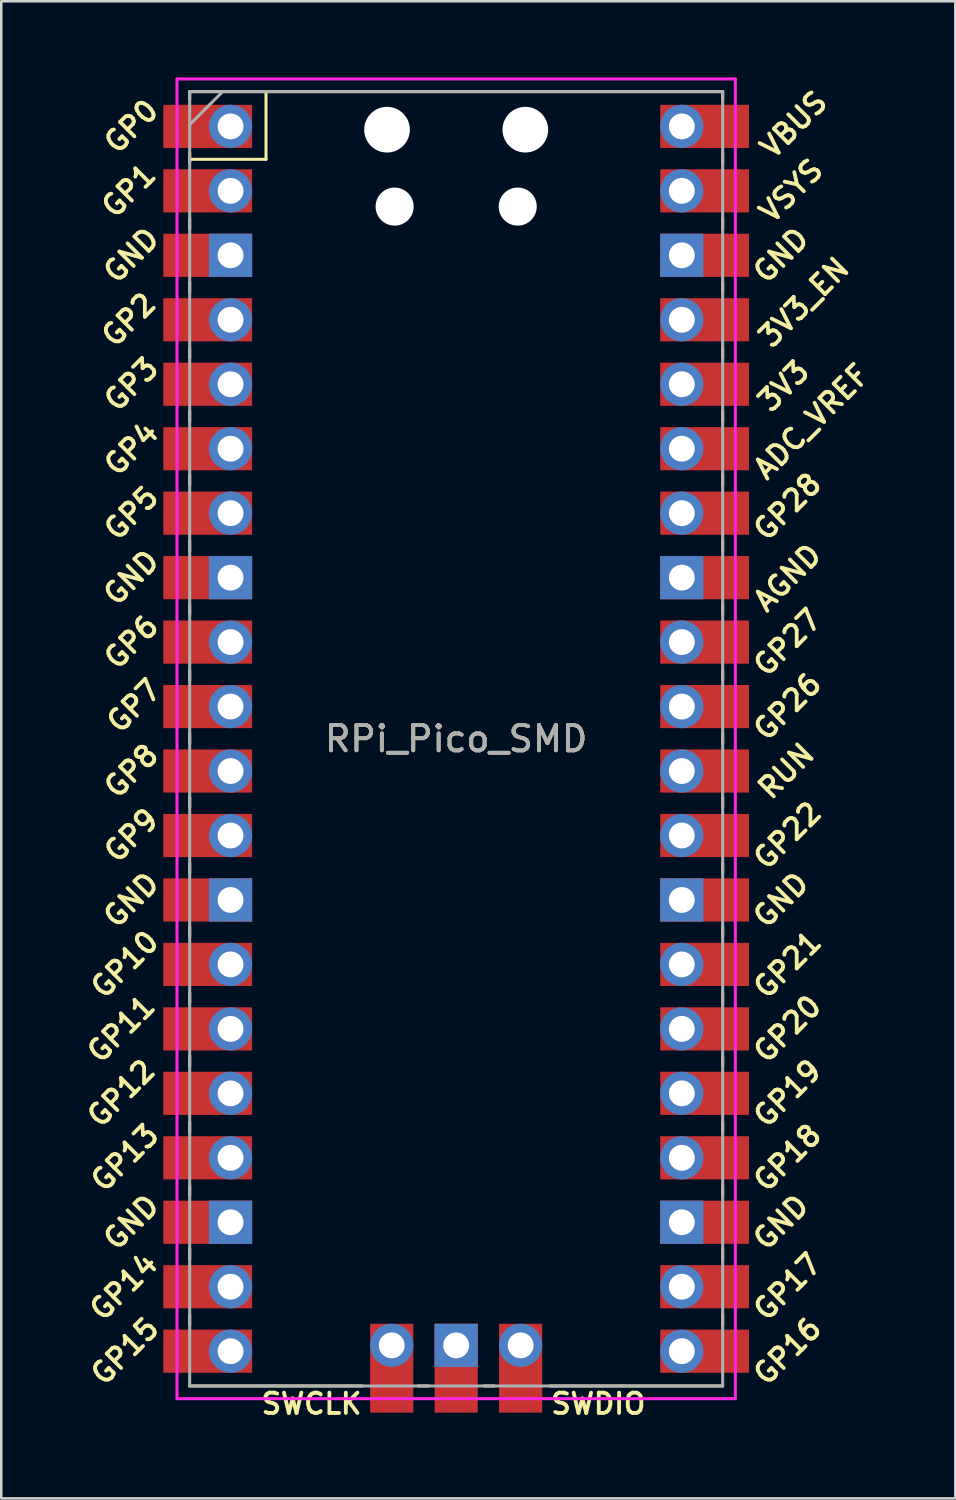
<source format=kicad_pcb>
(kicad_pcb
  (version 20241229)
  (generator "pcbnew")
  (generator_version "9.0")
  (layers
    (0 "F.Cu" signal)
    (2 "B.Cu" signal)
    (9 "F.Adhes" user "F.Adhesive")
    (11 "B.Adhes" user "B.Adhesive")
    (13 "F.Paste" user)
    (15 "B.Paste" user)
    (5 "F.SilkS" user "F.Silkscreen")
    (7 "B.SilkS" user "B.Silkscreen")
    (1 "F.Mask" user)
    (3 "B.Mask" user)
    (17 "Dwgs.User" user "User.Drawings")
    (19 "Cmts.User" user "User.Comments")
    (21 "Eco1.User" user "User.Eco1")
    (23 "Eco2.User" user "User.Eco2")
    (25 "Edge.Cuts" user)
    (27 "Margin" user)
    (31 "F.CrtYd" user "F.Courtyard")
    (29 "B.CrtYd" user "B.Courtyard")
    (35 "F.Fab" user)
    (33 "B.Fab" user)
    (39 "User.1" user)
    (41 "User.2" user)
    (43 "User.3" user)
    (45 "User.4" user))
  (footprint "RPi_Pico_SMD"
    (layer "F.Cu")
    (at 14.924 26.06)
    (property "Reference" "RPi_Pico_SMD" (at 0 0 0) (layer "F.SilkS") (effects (font (size 1 1) (thickness 0.15))))
    (attr through_hole)
    (fp_line (start -10.5 -25.5) (end -10.5 -25.2) (stroke (width 0.12) (type solid)) (layer "F.SilkS"))
    (fp_line (start -10.5 -25.5) (end 10.5 -25.5) (stroke (width 0.12) (type solid)) (layer "F.SilkS"))
    (fp_line (start -10.5 -23.1) (end -10.5 -22.7) (stroke (width 0.12) (type solid)) (layer "F.SilkS"))
    (fp_line (start -10.5 -22.833) (end -7.493 -22.833) (stroke (width 0.12) (type solid)) (layer "F.SilkS"))
    (fp_line (start -10.5 -20.5) (end -10.5 -20.1) (stroke (width 0.12) (type solid)) (layer "F.SilkS"))
    (fp_line (start -10.5 -18) (end -10.5 -17.6) (stroke (width 0.12) (type solid)) (layer "F.SilkS"))
    (fp_line (start -10.5 -15.4) (end -10.5 -15) (stroke (width 0.12) (type solid)) (layer "F.SilkS"))
    (fp_line (start -10.5 -12.9) (end -10.5 -12.5) (stroke (width 0.12) (type solid)) (layer "F.SilkS"))
    (fp_line (start -10.5 -10.4) (end -10.5 -10) (stroke (width 0.12) (type solid)) (layer "F.SilkS"))
    (fp_line (start -10.5 -7.8) (end -10.5 -7.4) (stroke (width 0.12) (type solid)) (layer "F.SilkS"))
    (fp_line (start -10.5 -5.3) (end -10.5 -4.9) (stroke (width 0.12) (type solid)) (layer "F.SilkS"))
    (fp_line (start -10.5 -2.7) (end -10.5 -2.3) (stroke (width 0.12) (type solid)) (layer "F.SilkS"))
    (fp_line (start -10.5 -0.2) (end -10.5 0.2) (stroke (width 0.12) (type solid)) (layer "F.SilkS"))
    (fp_line (start -10.5 2.3) (end -10.5 2.7) (stroke (width 0.12) (type solid)) (layer "F.SilkS"))
    (fp_line (start -10.5 4.9) (end -10.5 5.3) (stroke (width 0.12) (type solid)) (layer "F.SilkS"))
    (fp_line (start -10.5 7.4) (end -10.5 7.8) (stroke (width 0.12) (type solid)) (layer "F.SilkS"))
    (fp_line (start -10.5 10) (end -10.5 10.4) (stroke (width 0.12) (type solid)) (layer "F.SilkS"))
    (fp_line (start -10.5 12.5) (end -10.5 12.9) (stroke (width 0.12) (type solid)) (layer "F.SilkS"))
    (fp_line (start -10.5 15.1) (end -10.5 15.5) (stroke (width 0.12) (type solid)) (layer "F.SilkS"))
    (fp_line (start -10.5 17.6) (end -10.5 18) (stroke (width 0.12) (type solid)) (layer "F.SilkS"))
    (fp_line (start -10.5 20.1) (end -10.5 20.5) (stroke (width 0.12) (type solid)) (layer "F.SilkS"))
    (fp_line (start -10.5 22.7) (end -10.5 23.1) (stroke (width 0.12) (type solid)) (layer "F.SilkS"))
    (fp_line (start -7.493 -22.833) (end -7.493 -25.5) (stroke (width 0.12) (type solid)) (layer "F.SilkS"))
    (fp_line (start -3.7 25.5) (end -10.5 25.5) (stroke (width 0.12) (type solid)) (layer "F.SilkS"))
    (fp_line (start -1.5 25.5) (end -1.1 25.5) (stroke (width 0.12) (type solid)) (layer "F.SilkS"))
    (fp_line (start 1.1 25.5) (end 1.5 25.5) (stroke (width 0.12) (type solid)) (layer "F.SilkS"))
    (fp_line (start 10.5 -25.5) (end 10.5 -25.2) (stroke (width 0.12) (type solid)) (layer "F.SilkS"))
    (fp_line (start 10.5 -23.1) (end 10.5 -22.7) (stroke (width 0.12) (type solid)) (layer "F.SilkS"))
    (fp_line (start 10.5 -20.5) (end 10.5 -20.1) (stroke (width 0.12) (type solid)) (layer "F.SilkS"))
    (fp_line (start 10.5 -18) (end 10.5 -17.6) (stroke (width 0.12) (type solid)) (layer "F.SilkS"))
    (fp_line (start 10.5 -15.4) (end 10.5 -15) (stroke (width 0.12) (type solid)) (layer "F.SilkS"))
    (fp_line (start 10.5 -12.9) (end 10.5 -12.5) (stroke (width 0.12) (type solid)) (layer "F.SilkS"))
    (fp_line (start 10.5 -10.4) (end 10.5 -10) (stroke (width 0.12) (type solid)) (layer "F.SilkS"))
    (fp_line (start 10.5 -7.8) (end 10.5 -7.4) (stroke (width 0.12) (type solid)) (layer "F.SilkS"))
    (fp_line (start 10.5 -5.3) (end 10.5 -4.9) (stroke (width 0.12) (type solid)) (layer "F.SilkS"))
    (fp_line (start 10.5 -2.7) (end 10.5 -2.3) (stroke (width 0.12) (type solid)) (layer "F.SilkS"))
    (fp_line (start 10.5 -0.2) (end 10.5 0.2) (stroke (width 0.12) (type solid)) (layer "F.SilkS"))
    (fp_line (start 10.5 2.3) (end 10.5 2.7) (stroke (width 0.12) (type solid)) (layer "F.SilkS"))
    (fp_line (start 10.5 4.9) (end 10.5 5.3) (stroke (width 0.12) (type solid)) (layer "F.SilkS"))
    (fp_line (start 10.5 7.4) (end 10.5 7.8) (stroke (width 0.12) (type solid)) (layer "F.SilkS"))
    (fp_line (start 10.5 10) (end 10.5 10.4) (stroke (width 0.12) (type solid)) (layer "F.SilkS"))
    (fp_line (start 10.5 12.5) (end 10.5 12.9) (stroke (width 0.12) (type solid)) (layer "F.SilkS"))
    (fp_line (start 10.5 15.1) (end 10.5 15.5) (stroke (width 0.12) (type solid)) (layer "F.SilkS"))
    (fp_line (start 10.5 17.6) (end 10.5 18) (stroke (width 0.12) (type solid)) (layer "F.SilkS"))
    (fp_line (start 10.5 20.1) (end 10.5 20.5) (stroke (width 0.12) (type solid)) (layer "F.SilkS"))
    (fp_line (start 10.5 22.7) (end 10.5 23.1) (stroke (width 0.12) (type solid)) (layer "F.SilkS"))
    (fp_line (start 10.5 25.5) (end 3.7 25.5) (stroke (width 0.12) (type solid)) (layer "F.SilkS"))
    (fp_line (start -11 -26) (end 11 -26) (stroke (width 0.12) (type solid)) (layer "F.CrtYd"))
    (fp_line (start -11 26) (end -11 -26) (stroke (width 0.12) (type solid)) (layer "F.CrtYd"))
    (fp_line (start 11 -26) (end 11 26) (stroke (width 0.12) (type solid)) (layer "F.CrtYd"))
    (fp_line (start 11 26) (end -11 26) (stroke (width 0.12) (type solid)) (layer "F.CrtYd"))
    (fp_line (start -10.5 -25.5) (end 10.5 -25.5) (stroke (width 0.12) (type solid)) (layer "F.Fab"))
    (fp_line (start -10.5 -24.2) (end -9.2 -25.5) (stroke (width 0.12) (type solid)) (layer "F.Fab"))
    (fp_line (start -10.5 25.5) (end -10.5 -25.5) (stroke (width 0.12) (type solid)) (layer "F.Fab"))
    (fp_line (start 10.5 -25.5) (end 10.5 25.5) (stroke (width 0.12) (type solid)) (layer "F.Fab"))
    (fp_line (start 10.5 25.5) (end -10.5 25.5) (stroke (width 0.12) (type solid)) (layer "F.Fab"))
    (fp_text user "GND" (at 12.8 19.05 45) (layer "F.SilkS") (effects (font (size 0.8 0.8) (thickness 0.15))))
    (fp_text user "GP7" (at -12.7 -1.3 45) (layer "F.SilkS") (effects (font (size 0.8 0.8) (thickness 0.15))))
    (fp_text user "GP5" (at -12.8 -8.89 45) (layer "F.SilkS") (effects (font (size 0.8 0.8) (thickness 0.15))))
    (fp_text user "GP20" (at 13.054 11.43 45) (layer "F.SilkS") (effects (font (size 0.8 0.8) (thickness 0.15))))
    (fp_text user "GP28" (at 13.054 -9.144 45) (layer "F.SilkS") (effects (font (size 0.8 0.8) (thickness 0.15))))
    (fp_text user "GP12" (at -13.2 13.97 45) (layer "F.SilkS") (effects (font (size 0.8 0.8) (thickness 0.15))))
    (fp_text user "GP3" (at -12.8 -13.97 45) (layer "F.SilkS") (effects (font (size 0.8 0.8) (thickness 0.15))))
    (fp_text user "GP4" (at -12.8 -11.43 45) (layer "F.SilkS") (effects (font (size 0.8 0.8) (thickness 0.15))))
    (fp_text user "GND" (at 12.8 -19.05 45) (layer "F.SilkS") (effects (font (size 0.8 0.8) (thickness 0.15))))
    (fp_text user "SWDIO" (at 5.6 26.2 0) (layer "F.SilkS") (effects (font (size 0.8 0.8) (thickness 0.15))))
    (fp_text user "3V3_EN" (at 13.7 -17.2 45) (layer "F.SilkS") (effects (font (size 0.8 0.8) (thickness 0.15))))
    (fp_text user "SWCLK" (at -5.7 26.2 0) (layer "F.SilkS") (effects (font (size 0.8 0.8) (thickness 0.15))))
    (fp_text user "GP11" (at -13.2 11.43 45) (layer "F.SilkS") (effects (font (size 0.8 0.8) (thickness 0.15))))
    (fp_text user "GND" (at -12.8 19.05 45) (layer "F.SilkS") (effects (font (size 0.8 0.8) (thickness 0.15))))
    (fp_text user "AGND" (at 13.054 -6.35 45) (layer "F.SilkS") (effects (font (size 0.8 0.8) (thickness 0.15))))
    (fp_text user "GP22" (at 13.054 3.81 45) (layer "F.SilkS") (effects (font (size 0.8 0.8) (thickness 0.15))))
    (fp_text user "GND" (at -12.8 -19.05 45) (layer "F.SilkS") (effects (font (size 0.8 0.8) (thickness 0.15))))
    (fp_text user "RUN" (at 13 1.27 45) (layer "F.SilkS") (effects (font (size 0.8 0.8) (thickness 0.15))))
    (fp_text user "GP8" (at -12.8 1.27 45) (layer "F.SilkS") (effects (font (size 0.8 0.8) (thickness 0.15))))
    (fp_text user "ADC_VREF" (at 14 -12.5 45) (layer "F.SilkS") (effects (font (size 0.8 0.8) (thickness 0.15))))
    (fp_text user "GP10" (at -13.054 8.89 45) (layer "F.SilkS") (effects (font (size 0.8 0.8) (thickness 0.15))))
    (fp_text user "GP0" (at -12.8 -24.13 45) (layer "F.SilkS") (effects (font (size 0.8 0.8) (thickness 0.15))))
    (fp_text user "VSYS" (at 13.2 -21.59 45) (layer "F.SilkS") (effects (font (size 0.8 0.8) (thickness 0.15))))
    (fp_text user "GP9" (at -12.8 3.81 45) (layer "F.SilkS") (effects (font (size 0.8 0.8) (thickness 0.15))))
    (fp_text user "GP14" (at -13.1 21.59 45) (layer "F.SilkS") (effects (font (size 0.8 0.8) (thickness 0.15))))
    (fp_text user "GP2" (at -12.9 -16.51 45) (layer "F.SilkS") (effects (font (size 0.8 0.8) (thickness 0.15))))
    (fp_text user "VBUS" (at 13.3 -24.2 45) (layer "F.SilkS") (effects (font (size 0.8 0.8) (thickness 0.15))))
    (fp_text user "GP6" (at -12.8 -3.81 45) (layer "F.SilkS") (effects (font (size 0.8 0.8) (thickness 0.15))))
    (fp_text user "GND" (at 12.8 6.35 45) (layer "F.SilkS") (effects (font (size 0.8 0.8) (thickness 0.15))))
    (fp_text user "GP19" (at 13.054 13.97 45) (layer "F.SilkS") (effects (font (size 0.8 0.8) (thickness 0.15))))
    (fp_text user "GP16" (at 13.054 24.13 45) (layer "F.SilkS") (effects (font (size 0.8 0.8) (thickness 0.15))))
    (fp_text user "GP21" (at 13.054 8.9 45) (layer "F.SilkS") (effects (font (size 0.8 0.8) (thickness 0.15))))
    (fp_text user "3V3" (at 12.9 -13.9 45) (layer "F.SilkS") (effects (font (size 0.8 0.8) (thickness 0.15))))
    (fp_text user "GP18" (at 13.054 16.51 45) (layer "F.SilkS") (effects (font (size 0.8 0.8) (thickness 0.15))))
    (fp_text user "GP13" (at -13.054 16.51 45) (layer "F.SilkS") (effects (font (size 0.8 0.8) (thickness 0.15))))
    (fp_text user "GP15" (at -13.054 24.13 45) (layer "F.SilkS") (effects (font (size 0.8 0.8) (thickness 0.15))))
    (fp_text user "GP1" (at -12.9 -21.6 45) (layer "F.SilkS") (effects (font (size 0.8 0.8) (thickness 0.15))))
    (fp_text user "GP26" (at 13.054 -1.27 45) (layer "F.SilkS") (effects (font (size 0.8 0.8) (thickness 0.15))))
    (fp_text user "GP17" (at 13.054 21.59 45) (layer "F.SilkS") (effects (font (size 0.8 0.8) (thickness 0.15))))
    (fp_text user "GP27" (at 13.054 -3.8 45) (layer "F.SilkS") (effects (font (size 0.8 0.8) (thickness 0.15))))
    (fp_text user "GND" (at -12.8 -6.35 45) (layer "F.SilkS") (effects (font (size 0.8 0.8) (thickness 0.15))))
    (fp_text user "GND" (at -12.8 6.35 45) (layer "F.SilkS") (effects (font (size 0.8 0.8) (thickness 0.15))))
    (fp_text user "${REFERENCE}" (at 0 0 180) (layer "F.Fab") (effects (font (size 1 1) (thickness 0.15))))
    (pad "" np_thru_hole oval (at -2.725 -24) (size 1.8 1.8) (drill 1.8) (layers "*.Cu" "*.Mask"))
    (pad "" np_thru_hole oval (at -2.425 -20.97) (size 1.5 1.5) (drill 1.5) (layers "*.Cu" "*.Mask"))
    (pad "" np_thru_hole oval (at 2.425 -20.97) (size 1.5 1.5) (drill 1.5) (layers "*.Cu" "*.Mask"))
    (pad "" np_thru_hole oval (at 2.725 -24) (size 1.8 1.8) (drill 1.8) (layers "*.Cu" "*.Mask"))
    (pad "1" thru_hole oval (at -8.89 -24.13) (size 1.7 1.7) (drill 1.02) (layers "*.Cu" "*.Mask"))
    (pad "1" smd rect (at -8.89 -24.13) (size 3.5 1.7) (drill (offset -0.9 0)) (layers "F.Cu" "F.Mask"))
    (pad "2" thru_hole oval (at -8.89 -21.59) (size 1.7 1.7) (drill 1.02) (layers "*.Cu" "*.Mask"))
    (pad "2" smd rect (at -8.89 -21.59) (size 3.5 1.7) (drill (offset -0.9 0)) (layers "F.Cu" "F.Mask"))
    (pad "3" thru_hole rect (at -8.89 -19.05) (size 1.7 1.7) (drill 1.02) (layers "*.Cu" "*.Mask"))
    (pad "3" smd rect (at -8.89 -19.05) (size 3.5 1.7) (drill (offset -0.9 0)) (layers "F.Cu" "F.Mask"))
    (pad "4" thru_hole oval (at -8.89 -16.51) (size 1.7 1.7) (drill 1.02) (layers "*.Cu" "*.Mask"))
    (pad "4" smd rect (at -8.89 -16.51) (size 3.5 1.7) (drill (offset -0.9 0)) (layers "F.Cu" "F.Mask"))
    (pad "5" thru_hole oval (at -8.89 -13.97) (size 1.7 1.7) (drill 1.02) (layers "*.Cu" "*.Mask"))
    (pad "5" smd rect (at -8.89 -13.97) (size 3.5 1.7) (drill (offset -0.9 0)) (layers "F.Cu" "F.Mask"))
    (pad "6" thru_hole oval (at -8.89 -11.43) (size 1.7 1.7) (drill 1.02) (layers "*.Cu" "*.Mask"))
    (pad "6" smd rect (at -8.89 -11.43) (size 3.5 1.7) (drill (offset -0.9 0)) (layers "F.Cu" "F.Mask"))
    (pad "7" thru_hole oval (at -8.89 -8.89) (size 1.7 1.7) (drill 1.02) (layers "*.Cu" "*.Mask"))
    (pad "7" smd rect (at -8.89 -8.89) (size 3.5 1.7) (drill (offset -0.9 0)) (layers "F.Cu" "F.Mask"))
    (pad "8" thru_hole rect (at -8.89 -6.35) (size 1.7 1.7) (drill 1.02) (layers "*.Cu" "*.Mask"))
    (pad "8" smd rect (at -8.89 -6.35) (size 3.5 1.7) (drill (offset -0.9 0)) (layers "F.Cu" "F.Mask"))
    (pad "9" thru_hole oval (at -8.89 -3.81) (size 1.7 1.7) (drill 1.02) (layers "*.Cu" "*.Mask"))
    (pad "9" smd rect (at -8.89 -3.81) (size 3.5 1.7) (drill (offset -0.9 0)) (layers "F.Cu" "F.Mask"))
    (pad "10" thru_hole oval (at -8.89 -1.27) (size 1.7 1.7) (drill 1.02) (layers "*.Cu" "*.Mask"))
    (pad "10" smd rect (at -8.89 -1.27) (size 3.5 1.7) (drill (offset -0.9 0)) (layers "F.Cu" "F.Mask"))
    (pad "11" thru_hole oval (at -8.89 1.27) (size 1.7 1.7) (drill 1.02) (layers "*.Cu" "*.Mask"))
    (pad "11" smd rect (at -8.89 1.27) (size 3.5 1.7) (drill (offset -0.9 0)) (layers "F.Cu" "F.Mask"))
    (pad "12" thru_hole oval (at -8.89 3.81) (size 1.7 1.7) (drill 1.02) (layers "*.Cu" "*.Mask"))
    (pad "12" smd rect (at -8.89 3.81) (size 3.5 1.7) (drill (offset -0.9 0)) (layers "F.Cu" "F.Mask"))
    (pad "13" thru_hole rect (at -8.89 6.35) (size 1.7 1.7) (drill 1.02) (layers "*.Cu" "*.Mask"))
    (pad "13" smd rect (at -8.89 6.35) (size 3.5 1.7) (drill (offset -0.9 0)) (layers "F.Cu" "F.Mask"))
    (pad "14" thru_hole oval (at -8.89 8.89) (size 1.7 1.7) (drill 1.02) (layers "*.Cu" "*.Mask"))
    (pad "14" smd rect (at -8.89 8.89) (size 3.5 1.7) (drill (offset -0.9 0)) (layers "F.Cu" "F.Mask"))
    (pad "15" thru_hole oval (at -8.89 11.43) (size 1.7 1.7) (drill 1.02) (layers "*.Cu" "*.Mask"))
    (pad "15" smd rect (at -8.89 11.43) (size 3.5 1.7) (drill (offset -0.9 0)) (layers "F.Cu" "F.Mask"))
    (pad "16" thru_hole oval (at -8.89 13.97) (size 1.7 1.7) (drill 1.02) (layers "*.Cu" "*.Mask"))
    (pad "16" smd rect (at -8.89 13.97) (size 3.5 1.7) (drill (offset -0.9 0)) (layers "F.Cu" "F.Mask"))
    (pad "17" thru_hole oval (at -8.89 16.51) (size 1.7 1.7) (drill 1.02) (layers "*.Cu" "*.Mask"))
    (pad "17" smd rect (at -8.89 16.51) (size 3.5 1.7) (drill (offset -0.9 0)) (layers "F.Cu" "F.Mask"))
    (pad "18" thru_hole rect (at -8.89 19.05) (size 1.7 1.7) (drill 1.02) (layers "*.Cu" "*.Mask"))
    (pad "18" smd rect (at -8.89 19.05) (size 3.5 1.7) (drill (offset -0.9 0)) (layers "F.Cu" "F.Mask"))
    (pad "19" thru_hole oval (at -8.89 21.59) (size 1.7 1.7) (drill 1.02) (layers "*.Cu" "*.Mask"))
    (pad "19" smd rect (at -8.89 21.59) (size 3.5 1.7) (drill (offset -0.9 0)) (layers "F.Cu" "F.Mask"))
    (pad "20" thru_hole oval (at -8.89 24.13) (size 1.7 1.7) (drill 1.02) (layers "*.Cu" "*.Mask"))
    (pad "20" smd rect (at -8.89 24.13) (size 3.5 1.7) (drill (offset -0.9 0)) (layers "F.Cu" "F.Mask"))
    (pad "21" thru_hole oval (at 8.89 24.13) (size 1.7 1.7) (drill 1.02) (layers "*.Cu" "*.Mask"))
    (pad "21" smd rect (at 8.89 24.13) (size 3.5 1.7) (drill (offset 0.9 0)) (layers "F.Cu" "F.Mask"))
    (pad "22" thru_hole oval (at 8.89 21.59) (size 1.7 1.7) (drill 1.02) (layers "*.Cu" "*.Mask"))
    (pad "22" smd rect (at 8.89 21.59) (size 3.5 1.7) (drill (offset 0.9 0)) (layers "F.Cu" "F.Mask"))
    (pad "23" thru_hole rect (at 8.89 19.05) (size 1.7 1.7) (drill 1.02) (layers "*.Cu" "*.Mask"))
    (pad "23" smd rect (at 8.89 19.05) (size 3.5 1.7) (drill (offset 0.9 0)) (layers "F.Cu" "F.Mask"))
    (pad "24" thru_hole oval (at 8.89 16.51) (size 1.7 1.7) (drill 1.02) (layers "*.Cu" "*.Mask"))
    (pad "24" smd rect (at 8.89 16.51) (size 3.5 1.7) (drill (offset 0.9 0)) (layers "F.Cu" "F.Mask"))
    (pad "25" thru_hole oval (at 8.89 13.97) (size 1.7 1.7) (drill 1.02) (layers "*.Cu" "*.Mask"))
    (pad "25" smd rect (at 8.89 13.97) (size 3.5 1.7) (drill (offset 0.9 0)) (layers "F.Cu" "F.Mask"))
    (pad "26" thru_hole oval (at 8.89 11.43) (size 1.7 1.7) (drill 1.02) (layers "*.Cu" "*.Mask"))
    (pad "26" smd rect (at 8.89 11.43) (size 3.5 1.7) (drill (offset 0.9 0)) (layers "F.Cu" "F.Mask"))
    (pad "27" thru_hole oval (at 8.89 8.89) (size 1.7 1.7) (drill 1.02) (layers "*.Cu" "*.Mask"))
    (pad "27" smd rect (at 8.89 8.89) (size 3.5 1.7) (drill (offset 0.9 0)) (layers "F.Cu" "F.Mask"))
    (pad "28" thru_hole rect (at 8.89 6.35) (size 1.7 1.7) (drill 1.02) (layers "*.Cu" "*.Mask"))
    (pad "28" smd rect (at 8.89 6.35) (size 3.5 1.7) (drill (offset 0.9 0)) (layers "F.Cu" "F.Mask"))
    (pad "29" thru_hole oval (at 8.89 3.81) (size 1.7 1.7) (drill 1.02) (layers "*.Cu" "*.Mask"))
    (pad "29" smd rect (at 8.89 3.81) (size 3.5 1.7) (drill (offset 0.9 0)) (layers "F.Cu" "F.Mask"))
    (pad "30" thru_hole oval (at 8.89 1.27) (size 1.7 1.7) (drill 1.02) (layers "*.Cu" "*.Mask"))
    (pad "30" smd rect (at 8.89 1.27) (size 3.5 1.7) (drill (offset 0.9 0)) (layers "F.Cu" "F.Mask"))
    (pad "31" thru_hole oval (at 8.89 -1.27) (size 1.7 1.7) (drill 1.02) (layers "*.Cu" "*.Mask"))
    (pad "31" smd rect (at 8.89 -1.27) (size 3.5 1.7) (drill (offset 0.9 0)) (layers "F.Cu" "F.Mask"))
    (pad "32" thru_hole oval (at 8.89 -3.81) (size 1.7 1.7) (drill 1.02) (layers "*.Cu" "*.Mask"))
    (pad "32" smd rect (at 8.89 -3.81) (size 3.5 1.7) (drill (offset 0.9 0)) (layers "F.Cu" "F.Mask"))
    (pad "33" thru_hole rect (at 8.89 -6.35) (size 1.7 1.7) (drill 1.02) (layers "*.Cu" "*.Mask"))
    (pad "33" smd rect (at 8.89 -6.35) (size 3.5 1.7) (drill (offset 0.9 0)) (layers "F.Cu" "F.Mask"))
    (pad "34" thru_hole oval (at 8.89 -8.89) (size 1.7 1.7) (drill 1.02) (layers "*.Cu" "*.Mask"))
    (pad "34" smd rect (at 8.89 -8.89) (size 3.5 1.7) (drill (offset 0.9 0)) (layers "F.Cu" "F.Mask"))
    (pad "35" thru_hole oval (at 8.89 -11.43) (size 1.7 1.7) (drill 1.02) (layers "*.Cu" "*.Mask"))
    (pad "35" smd rect (at 8.89 -11.43) (size 3.5 1.7) (drill (offset 0.9 0)) (layers "F.Cu" "F.Mask"))
    (pad "36" thru_hole oval (at 8.89 -13.97) (size 1.7 1.7) (drill 1.02) (layers "*.Cu" "*.Mask"))
    (pad "36" smd rect (at 8.89 -13.97) (size 3.5 1.7) (drill (offset 0.9 0)) (layers "F.Cu" "F.Mask"))
    (pad "37" thru_hole oval (at 8.89 -16.51) (size 1.7 1.7) (drill 1.02) (layers "*.Cu" "*.Mask"))
    (pad "37" smd rect (at 8.89 -16.51) (size 3.5 1.7) (drill (offset 0.9 0)) (layers "F.Cu" "F.Mask"))
    (pad "38" thru_hole rect (at 8.89 -19.05) (size 1.7 1.7) (drill 1.02) (layers "*.Cu" "*.Mask"))
    (pad "38" smd rect (at 8.89 -19.05) (size 3.5 1.7) (drill (offset 0.9 0)) (layers "F.Cu" "F.Mask"))
    (pad "39" thru_hole oval (at 8.89 -21.59) (size 1.7 1.7) (drill 1.02) (layers "*.Cu" "*.Mask"))
    (pad "39" smd rect (at 8.89 -21.59) (size 3.5 1.7) (drill (offset 0.9 0)) (layers "F.Cu" "F.Mask"))
    (pad "40" thru_hole oval (at 8.89 -24.13) (size 1.7 1.7) (drill 1.02) (layers "*.Cu" "*.Mask"))
    (pad "40" smd rect (at 8.89 -24.13) (size 3.5 1.7) (drill (offset 0.9 0)) (layers "F.Cu" "F.Mask"))
    (pad "41" thru_hole oval (at -2.54 23.9) (size 1.7 1.7) (drill 1.02) (layers "*.Cu" "*.Mask"))
    (pad "41" smd rect (at -2.54 23.9 90) (size 3.5 1.7) (drill (offset -0.9 0)) (layers "F.Cu" "F.Mask"))
    (pad "42" thru_hole rect (at 0 23.9) (size 1.7 1.7) (drill 1.02) (layers "*.Cu" "*.Mask"))
    (pad "42" smd rect (at 0 23.9 90) (size 3.5 1.7) (drill (offset -0.9 0)) (layers "F.Cu" "F.Mask"))
    (pad "43" thru_hole oval (at 2.54 23.9) (size 1.7 1.7) (drill 1.02) (layers "*.Cu" "*.Mask"))
    (pad "43" smd rect (at 2.54 23.9 90) (size 3.5 1.7) (drill (offset -0.9 0)) (layers "F.Cu" "F.Mask"))
    (zone (net_name "") (layer "F.Cu") (hatch edge 0.5) (connect_pads) (min_thickness 0.25) (filled_areas_thickness no) (keepout (tracks not_allowed) (vias not_allowed) (pads not_allowed) (copperpour not_allowed) (footprints allowed)) (placement (enabled no)) (fill) (polygon (pts (xy 11.224 1.16) (xy 11.224 5.86) (xy 18.624 5.86) (xy 18.624 1.16))))
    (zone (net_name "") (layer "F.Cu") (hatch edge 0.5) (connect_pads) (min_thickness 0.25) (filled_areas_thickness no) (keepout (tracks not_allowed) (vias not_allowed) (pads not_allowed) (copperpour not_allowed) (footprints allowed)) (placement (enabled no)) (fill) (polygon (pts (xy 11.424 7.56) (xy 11.424 9.56) (xy 13.424 9.56) (xy 13.424 7.56))))
    (zone (net_name "") (layer "F.Cu") (hatch edge 0.5) (connect_pads) (min_thickness 0.25) (filled_areas_thickness no) (keepout (tracks not_allowed) (vias not_allowed) (pads not_allowed) (copperpour not_allowed) (footprints allowed)) (placement (enabled no)) (fill) (polygon (pts (xy 11.424 10.06) (xy 11.424 12.06) (xy 13.424 12.06) (xy 13.424 10.06))))
    (zone (net_name "") (layer "F.Cu") (hatch edge 0.5) (connect_pads) (min_thickness 0.25) (filled_areas_thickness no) (keepout (tracks not_allowed) (vias not_allowed) (pads not_allowed) (copperpour not_allowed) (footprints allowed)) (placement (enabled no)) (fill) (polygon (pts (xy 11.424 12.56) (xy 11.424 14.56) (xy 13.424 14.56) (xy 13.424 12.56)))))
  (gr_rect
    (start -3 -3)
    (end 34.591 55.991)
    (stroke (width 0.1) (type default))
    (fill no)
    (layer "Edge.Cuts")))
</source>
